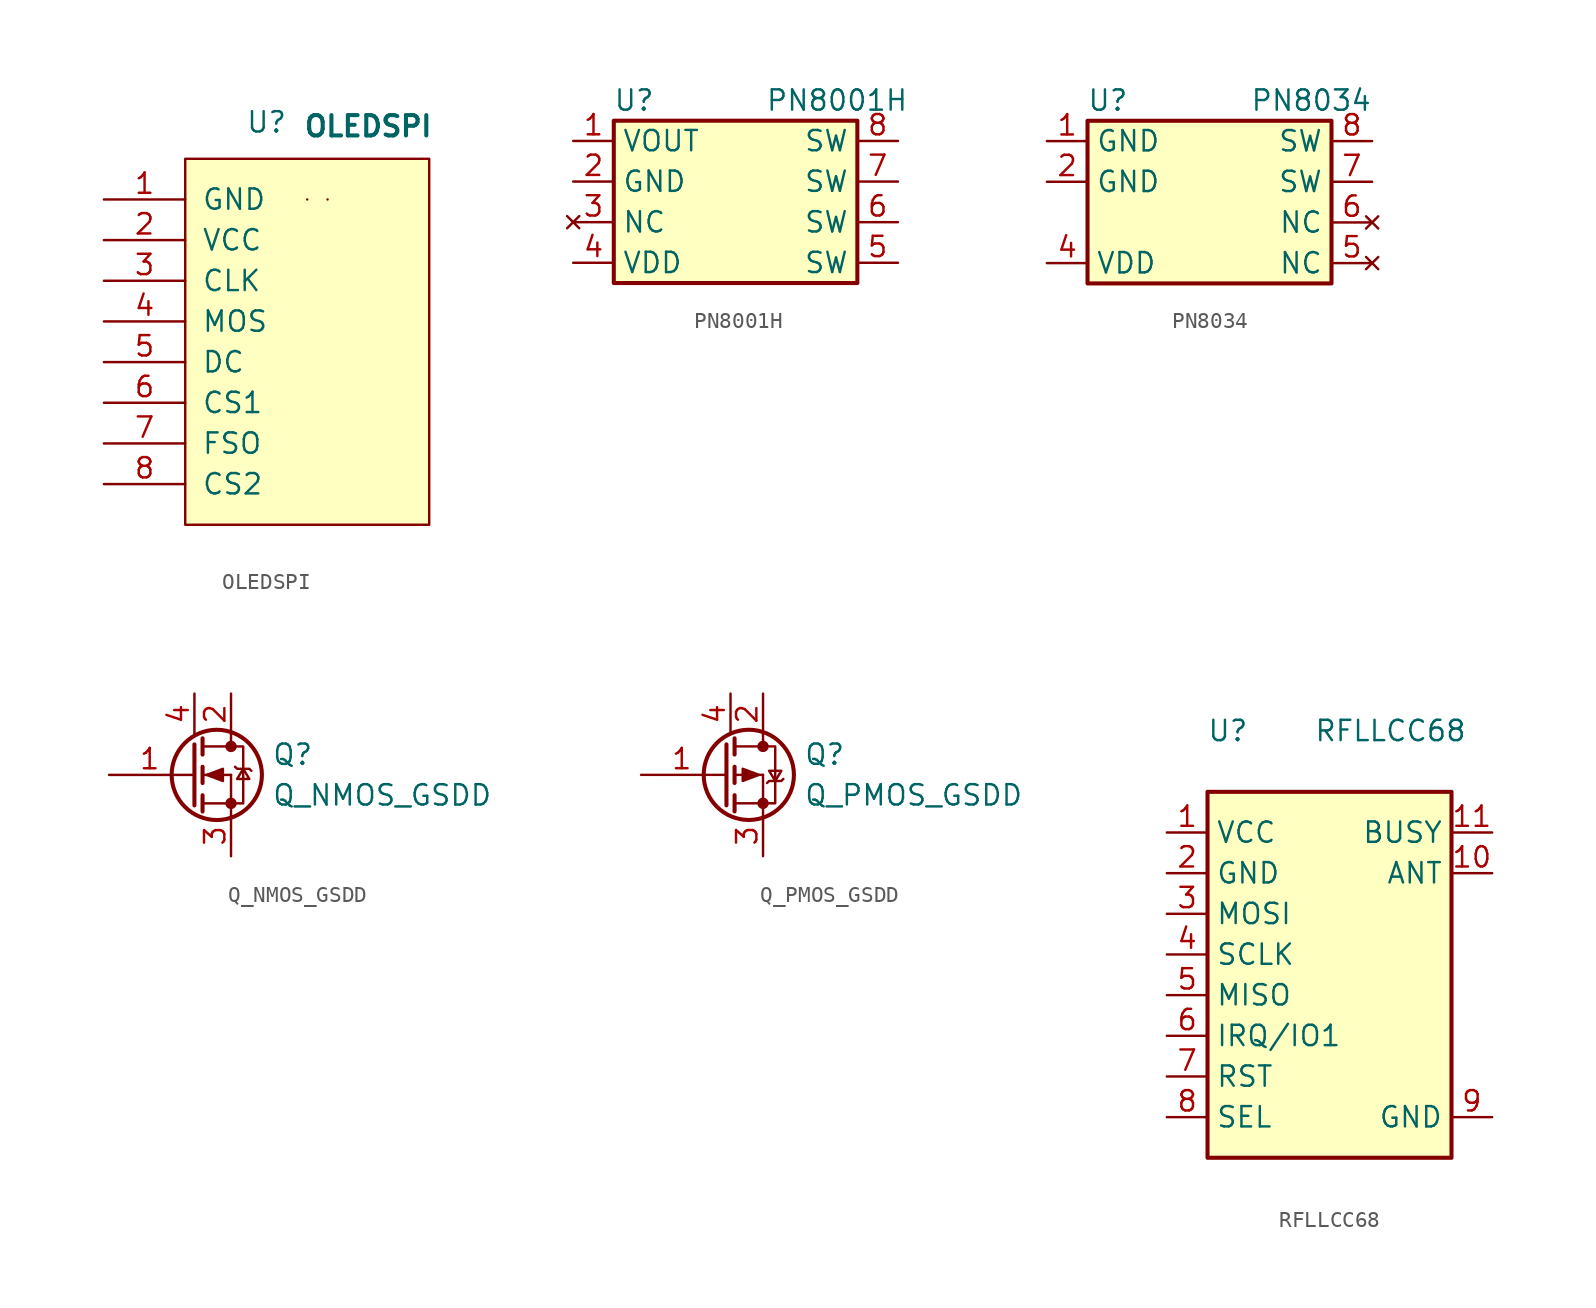
<source format=kicad_sym>
(kicad_symbol_lib
  (version 20211014)
  (generator kicad_symbol_editor)
  (symbol "OLEDSPI"
    (pin_names
      (offset 1.016))
    (property "Reference" "U"
      (at -2.54 13.716 0)
      (effects (font (size 1.27 1.27))))
    (property "Value" "OLEDSPI"
      (at 3.81 13.462 0)
      (effects (font (size 1.27 1.27) bold)))
    (symbol "OLEDSPI_0_1"
      (rectangle (start -7.62 11.43) (end 7.62 -11.43) (stroke (width 0) (type default) (color 0 0 0 0)) (fill (type background)))
      (rectangle (start 0 8.89) (end 0 8.89) (stroke (width 0) (type default) (color 0 0 0 0)) (fill (type background)))
      (rectangle (start 1.27 8.89) (end 1.27 8.89) (stroke (width 0) (type default) (color 0 0 0 0)) (fill (type none))))
    (symbol "OLEDSPI_1_1"
      (pin power_in line (at -12.7 8.89 0) (length 5.08) (name "GND" (effects (font (size 1.27 1.27)))) (number "1" (effects (font (size 1.27 1.27)))))
      (pin power_in line (at -12.7 6.35 0) (length 5.08) (name "VCC" (effects (font (size 1.27 1.27)))) (number "2" (effects (font (size 1.27 1.27)))))
      (pin bidirectional line (at -12.7 3.81 0) (length 5.08) (name "CLK" (effects (font (size 1.27 1.27)))) (number "3" (effects (font (size 1.27 1.27)))))
      (pin bidirectional line (at -12.7 1.27 0) (length 5.08) (name "MOS" (effects (font (size 1.27 1.27)))) (number "4" (effects (font (size 1.27 1.27)))))
      (pin bidirectional line (at -12.7 -1.27 0) (length 5.08) (name "DC" (effects (font (size 1.27 1.27)))) (number "5" (effects (font (size 1.27 1.27)))))
      (pin bidirectional line (at -12.7 -3.81 0) (length 5.08) (name "CS1" (effects (font (size 1.27 1.27)))) (number "6" (effects (font (size 1.27 1.27)))))
      (pin bidirectional line (at -12.7 -6.35 0) (length 5.08) (name "FSO" (effects (font (size 1.27 1.27)))) (number "7" (effects (font (size 1.27 1.27)))))
      (pin bidirectional line (at -12.7 -8.89 0) (length 5.08) (name "CS2" (effects (font (size 1.27 1.27)))) (number "8" (effects (font (size 1.27 1.27)))))))
  (symbol "PN8001H"
    (property "Reference" "U"
      (at -6.35 6.35 0)
      (effects (font (size 1.27 1.27))))
    (property "Value" "PN8001H"
      (at 6.35 6.35 0)
      (effects (font (size 1.27 1.27))))
    (symbol "PN8001H_0_1"
      (rectangle (start -7.62 5.08) (end 7.62 -5.08) (stroke (width 0.254) (type default) (color 0 0 0 0)) (fill (type background))))
    (symbol "PN8001H_1_1"
      (pin input line (at -10.16 3.81 0) (length 2.54) (name "VOUT" (effects (font (size 1.27 1.27)))) (number "1" (effects (font (size 1.27 1.27)))))
      (pin input line (at -10.16 1.27 0) (length 2.54) (name "GND" (effects (font (size 1.27 1.27)))) (number "2" (effects (font (size 1.27 1.27)))))
      (pin no_connect line (at -10.16 -1.27 0) (length 2.54) (name "NC" (effects (font (size 1.27 1.27)))) (number "3" (effects (font (size 1.27 1.27)))))
      (pin input line (at -10.16 -3.81 0) (length 2.54) (name "VDD" (effects (font (size 1.27 1.27)))) (number "4" (effects (font (size 1.27 1.27)))))
      (pin passive line (at 10.16 -3.81 180) (length 2.54) (name "SW" (effects (font (size 1.27 1.27)))) (number "5" (effects (font (size 1.27 1.27)))))
      (pin passive line (at 10.16 -1.27 180) (length 2.54) (name "SW" (effects (font (size 1.27 1.27)))) (number "6" (effects (font (size 1.27 1.27)))))
      (pin passive line (at 10.16 1.27 180) (length 2.54) (name "SW" (effects (font (size 1.27 1.27)))) (number "7" (effects (font (size 1.27 1.27)))))
      (pin passive line (at 10.16 3.81 180) (length 2.54) (name "SW" (effects (font (size 1.27 1.27)))) (number "8" (effects (font (size 1.27 1.27)))))))
  (symbol "PN8034"
    (property "Reference" "U"
      (at -6.35 6.35 0)
      (effects (font (size 1.27 1.27))))
    (property "Value" "PN8034"
      (at 6.35 6.35 0)
      (effects (font (size 1.27 1.27))))
    (symbol "PN8034_0_1"
      (rectangle (start -7.62 5.08) (end 7.62 -5.08) (stroke (width 0.254) (type default) (color 0 0 0 0)) (fill (type background))))
    (symbol "PN8034_1_1"
      (pin input line (at -10.16 3.81 0) (length 2.54) (name "GND" (effects (font (size 1.27 1.27)))) (number "1" (effects (font (size 1.27 1.27)))))
      (pin input line (at -10.16 1.27 0) (length 2.54) (name "GND" (effects (font (size 1.27 1.27)))) (number "2" (effects (font (size 1.27 1.27)))))
      (pin input line (at -10.16 -3.81 0) (length 2.54) (name "VDD" (effects (font (size 1.27 1.27)))) (number "4" (effects (font (size 1.27 1.27)))))
      (pin no_connect line (at 10.16 -3.81 180) (length 2.54) (name "NC" (effects (font (size 1.27 1.27)))) (number "5" (effects (font (size 1.27 1.27)))))
      (pin no_connect line (at 10.16 -1.27 180) (length 2.54) (name "NC" (effects (font (size 1.27 1.27)))) (number "6" (effects (font (size 1.27 1.27)))))
      (pin passive line (at 10.16 1.27 180) (length 2.54) (name "SW" (effects (font (size 1.27 1.27)))) (number "7" (effects (font (size 1.27 1.27)))))
      (pin passive line (at 10.16 3.81 180) (length 2.54) (name "SW" (effects (font (size 1.27 1.27)))) (number "8" (effects (font (size 1.27 1.27)))))))
  (symbol "Q_NMOS_GSDD"
    (pin_names
      (offset 0) hide)
    (property "Reference" "Q"
      (at 5.08 1.27 0)
      (effects (font (size 1.27 1.27)) (justify left)))
    (property "Value" "Q_NMOS_GSDD"
      (at 5.08 -1.27 0)
      (effects (font (size 1.27 1.27)) (justify left)))
    (symbol "Q_NMOS_GSDD_0_1"
      (polyline (pts (xy 0.051 0) (xy 0.254 0)) (stroke (width 0) (type default) (color 0 0 0 0)) (fill (type none)))
      (polyline (pts (xy 0.762 -1.778) (xy 2.54 -1.778)) (stroke (width 0) (type default) (color 0 0 0 0)) (fill (type none)))
      (polyline (pts (xy 0.762 -1.27) (xy 0.762 -2.286)) (stroke (width 0.254) (type default) (color 0 0 0 0)) (fill (type none)))
      (polyline (pts (xy 0.762 0) (xy 2.54 0)) (stroke (width 0) (type default) (color 0 0 0 0)) (fill (type none)))
      (polyline (pts (xy 0.762 0.508) (xy 0.762 -0.508)) (stroke (width 0.254) (type default) (color 0 0 0 0)) (fill (type none)))
      (polyline (pts (xy 0.762 1.778) (xy 2.54 1.778)) (stroke (width 0) (type default) (color 0 0 0 0)) (fill (type none)))
      (polyline (pts (xy 0.762 2.286) (xy 0.762 1.27)) (stroke (width 0.254) (type default) (color 0 0 0 0)) (fill (type none)))
      (polyline (pts (xy 2.54 -1.778) (xy 2.54 -2.54)) (stroke (width 0) (type default) (color 0 0 0 0)) (fill (type none)))
      (polyline (pts (xy 2.54 -1.778) (xy 2.54 0)) (stroke (width 0) (type default) (color 0 0 0 0)) (fill (type none)))
      (polyline (pts (xy 2.54 2.54) (xy 2.54 1.778)) (stroke (width 0) (type default) (color 0 0 0 0)) (fill (type none)))
      (polyline (pts (xy 0.254 1.905) (xy 0.254 -1.905) (xy 0.254 -1.905)) (stroke (width 0.254) (type default) (color 0 0 0 0)) (fill (type none)))
      (polyline (pts (xy 1.016 0) (xy 2.032 0.381) (xy 2.032 -0.381) (xy 1.016 0)) (stroke (width 0) (type default) (color 0 0 0 0)) (fill (type outline)))
      (polyline (pts (xy 2.54 -1.778) (xy 3.302 -1.778) (xy 3.302 1.778) (xy 2.54 1.778)) (stroke (width 0) (type default) (color 0 0 0 0)) (fill (type none)))
      (polyline (pts (xy 2.794 0.508) (xy 2.921 0.381) (xy 3.683 0.381) (xy 3.81 0.254)) (stroke (width 0) (type default) (color 0 0 0 0)) (fill (type none)))
      (polyline (pts (xy 3.302 0.381) (xy 2.921 -0.254) (xy 3.683 -0.254) (xy 3.302 0.381)) (stroke (width 0) (type default) (color 0 0 0 0)) (fill (type none)))
      (circle (center 1.651 0) (radius 2.819) (stroke (width 0.254) (type default) (color 0 0 0 0)) (fill (type none)))
      (circle (center 2.54 -1.778) (radius 0.279) (stroke (width 0) (type default) (color 0 0 0 0)) (fill (type outline)))
      (circle (center 2.54 1.778) (radius 0.279) (stroke (width 0) (type default) (color 0 0 0 0)) (fill (type outline))))
    (symbol "Q_NMOS_GSDD_1_1"
      (pin input line (at -5.08 0 0) (length 5.08) (name "G" (effects (font (size 1.27 1.27)))) (number "1" (effects (font (size 1.27 1.27)))))
      (pin passive line (at 2.54 5.08 270) (length 2.54) (name "D" (effects (font (size 1.27 1.27)))) (number "2" (effects (font (size 1.27 1.27)))))
      (pin passive line (at 2.54 -5.08 90) (length 2.54) (name "S" (effects (font (size 1.27 1.27)))) (number "3" (effects (font (size 1.27 1.27)))))
      (pin passive line (at 0.254 5.08 270) (length 2.54) (name "D" (effects (font (size 1.27 1.27)))) (number "4" (effects (font (size 1.27 1.27)))))))
  (symbol "Q_PMOS_GSDD"
    (pin_names
      (offset 0) hide)
    (property "Reference" "Q"
      (at 5.08 1.27 0)
      (effects (font (size 1.27 1.27)) (justify left)))
    (property "Value" "Q_PMOS_GSDD"
      (at 5.08 -1.27 0)
      (effects (font (size 1.27 1.27)) (justify left)))
    (symbol "Q_PMOS_GSDD_0_1"
      (polyline (pts (xy 0.051 0) (xy 0.254 0)) (stroke (width 0) (type default) (color 0 0 0 0)) (fill (type none)))
      (polyline (pts (xy 0.762 -1.778) (xy 2.54 -1.778)) (stroke (width 0) (type default) (color 0 0 0 0)) (fill (type none)))
      (polyline (pts (xy 0.762 -1.27) (xy 0.762 -2.286)) (stroke (width 0.254) (type default) (color 0 0 0 0)) (fill (type none)))
      (polyline (pts (xy 0.762 0) (xy 2.54 0)) (stroke (width 0) (type default) (color 0 0 0 0)) (fill (type none)))
      (polyline (pts (xy 0.762 0.508) (xy 0.762 -0.508)) (stroke (width 0.254) (type default) (color 0 0 0 0)) (fill (type none)))
      (polyline (pts (xy 0.762 1.778) (xy 2.54 1.778)) (stroke (width 0) (type default) (color 0 0 0 0)) (fill (type none)))
      (polyline (pts (xy 0.762 2.286) (xy 0.762 1.27)) (stroke (width 0.254) (type default) (color 0 0 0 0)) (fill (type none)))
      (polyline (pts (xy 2.54 -1.778) (xy 2.54 -2.54)) (stroke (width 0) (type default) (color 0 0 0 0)) (fill (type none)))
      (polyline (pts (xy 2.54 -1.778) (xy 2.54 0)) (stroke (width 0) (type default) (color 0 0 0 0)) (fill (type none)))
      (polyline (pts (xy 2.54 2.54) (xy 2.54 1.778)) (stroke (width 0) (type default) (color 0 0 0 0)) (fill (type none)))
      (polyline (pts (xy 0.254 1.905) (xy 0.254 -1.905) (xy 0.254 -1.905)) (stroke (width 0.254) (type default) (color 0 0 0 0)) (fill (type none)))
      (polyline (pts (xy 2.286 0) (xy 1.27 -0.381) (xy 1.27 0.381) (xy 2.286 0)) (stroke (width 0) (type default) (color 0 0 0 0)) (fill (type outline)))
      (polyline (pts (xy 2.54 -1.778) (xy 3.302 -1.778) (xy 3.302 1.778) (xy 2.54 1.778)) (stroke (width 0) (type default) (color 0 0 0 0)) (fill (type none)))
      (polyline (pts (xy 2.794 -0.508) (xy 2.921 -0.381) (xy 3.683 -0.381) (xy 3.81 -0.254)) (stroke (width 0) (type default) (color 0 0 0 0)) (fill (type none)))
      (polyline (pts (xy 3.302 -0.381) (xy 2.921 0.254) (xy 3.683 0.254) (xy 3.302 -0.381)) (stroke (width 0) (type default) (color 0 0 0 0)) (fill (type none)))
      (circle (center 1.651 0) (radius 2.819) (stroke (width 0.254) (type default) (color 0 0 0 0)) (fill (type none)))
      (circle (center 2.54 -1.778) (radius 0.279) (stroke (width 0) (type default) (color 0 0 0 0)) (fill (type outline)))
      (circle (center 2.54 1.778) (radius 0.279) (stroke (width 0) (type default) (color 0 0 0 0)) (fill (type outline))))
    (symbol "Q_PMOS_GSDD_1_1"
      (pin input line (at -5.08 0 0) (length 5.08) (name "G" (effects (font (size 1.27 1.27)))) (number "1" (effects (font (size 1.27 1.27)))))
      (pin passive line (at 2.54 5.08 270) (length 2.54) (name "D" (effects (font (size 1.27 1.27)))) (number "2" (effects (font (size 1.27 1.27)))))
      (pin passive line (at 2.54 -5.08 90) (length 2.54) (name "S" (effects (font (size 1.27 1.27)))) (number "3" (effects (font (size 1.27 1.27)))))
      (pin passive line (at 0.508 5.08 270) (length 2.54) (name "D" (effects (font (size 1.27 1.27)))) (number "4" (effects (font (size 1.27 1.27)))))))
  (symbol "RFLLCC68"
    (property "Reference" "U"
      (at -6.35 15.24 0)
      (effects (font (size 1.27 1.27))))
    (property "Value" "RFLLCC68"
      (at 3.81 15.24 0)
      (effects (font (size 1.27 1.27))))
    (symbol "RFLLCC68_0_1"
      (rectangle (start -7.62 11.43) (end 7.62 -11.43) (stroke (width 0.254) (type default) (color 0 0 0 0)) (fill (type background))))
    (symbol "RFLLCC68_1_1"
      (pin power_in line (at -10.16 8.89 0) (length 2.54) (name "VCC" (effects (font (size 1.27 1.27)))) (number "1" (effects (font (size 1.27 1.27)))))
      (pin passive line (at 10.16 6.35 180) (length 2.54) (name "ANT" (effects (font (size 1.27 1.27)))) (number "10" (effects (font (size 1.27 1.27)))))
      (pin passive line (at 10.16 8.89 180) (length 2.54) (name "BUSY" (effects (font (size 1.27 1.27)))) (number "11" (effects (font (size 1.27 1.27)))))
      (pin power_in line (at -10.16 6.35 0) (length 2.54) (name "GND" (effects (font (size 1.27 1.27)))) (number "2" (effects (font (size 1.27 1.27)))))
      (pin passive line (at -10.16 3.81 0) (length 2.54) (name "MOSI" (effects (font (size 1.27 1.27)))) (number "3" (effects (font (size 1.27 1.27)))))
      (pin passive line (at -10.16 1.27 0) (length 2.54) (name "SCLK" (effects (font (size 1.27 1.27)))) (number "4" (effects (font (size 1.27 1.27)))))
      (pin passive line (at -10.16 -1.27 0) (length 2.54) (name "MISO" (effects (font (size 1.27 1.27)))) (number "5" (effects (font (size 1.27 1.27)))))
      (pin passive line (at -10.16 -3.81 0) (length 2.54) (name "IRQ/IO1" (effects (font (size 1.27 1.27)))) (number "6" (effects (font (size 1.27 1.27)))))
      (pin passive line (at -10.16 -6.35 0) (length 2.54) (name "RST" (effects (font (size 1.27 1.27)))) (number "7" (effects (font (size 1.27 1.27)))))
      (pin passive line (at -10.16 -8.89 0) (length 2.54) (name "SEL" (effects (font (size 1.27 1.27)))) (number "8" (effects (font (size 1.27 1.27)))))
      (pin power_in line (at 10.16 -8.89 180) (length 2.54) (name "GND" (effects (font (size 1.27 1.27)))) (number "9" (effects (font (size 1.27 1.27))))))))
</source>
